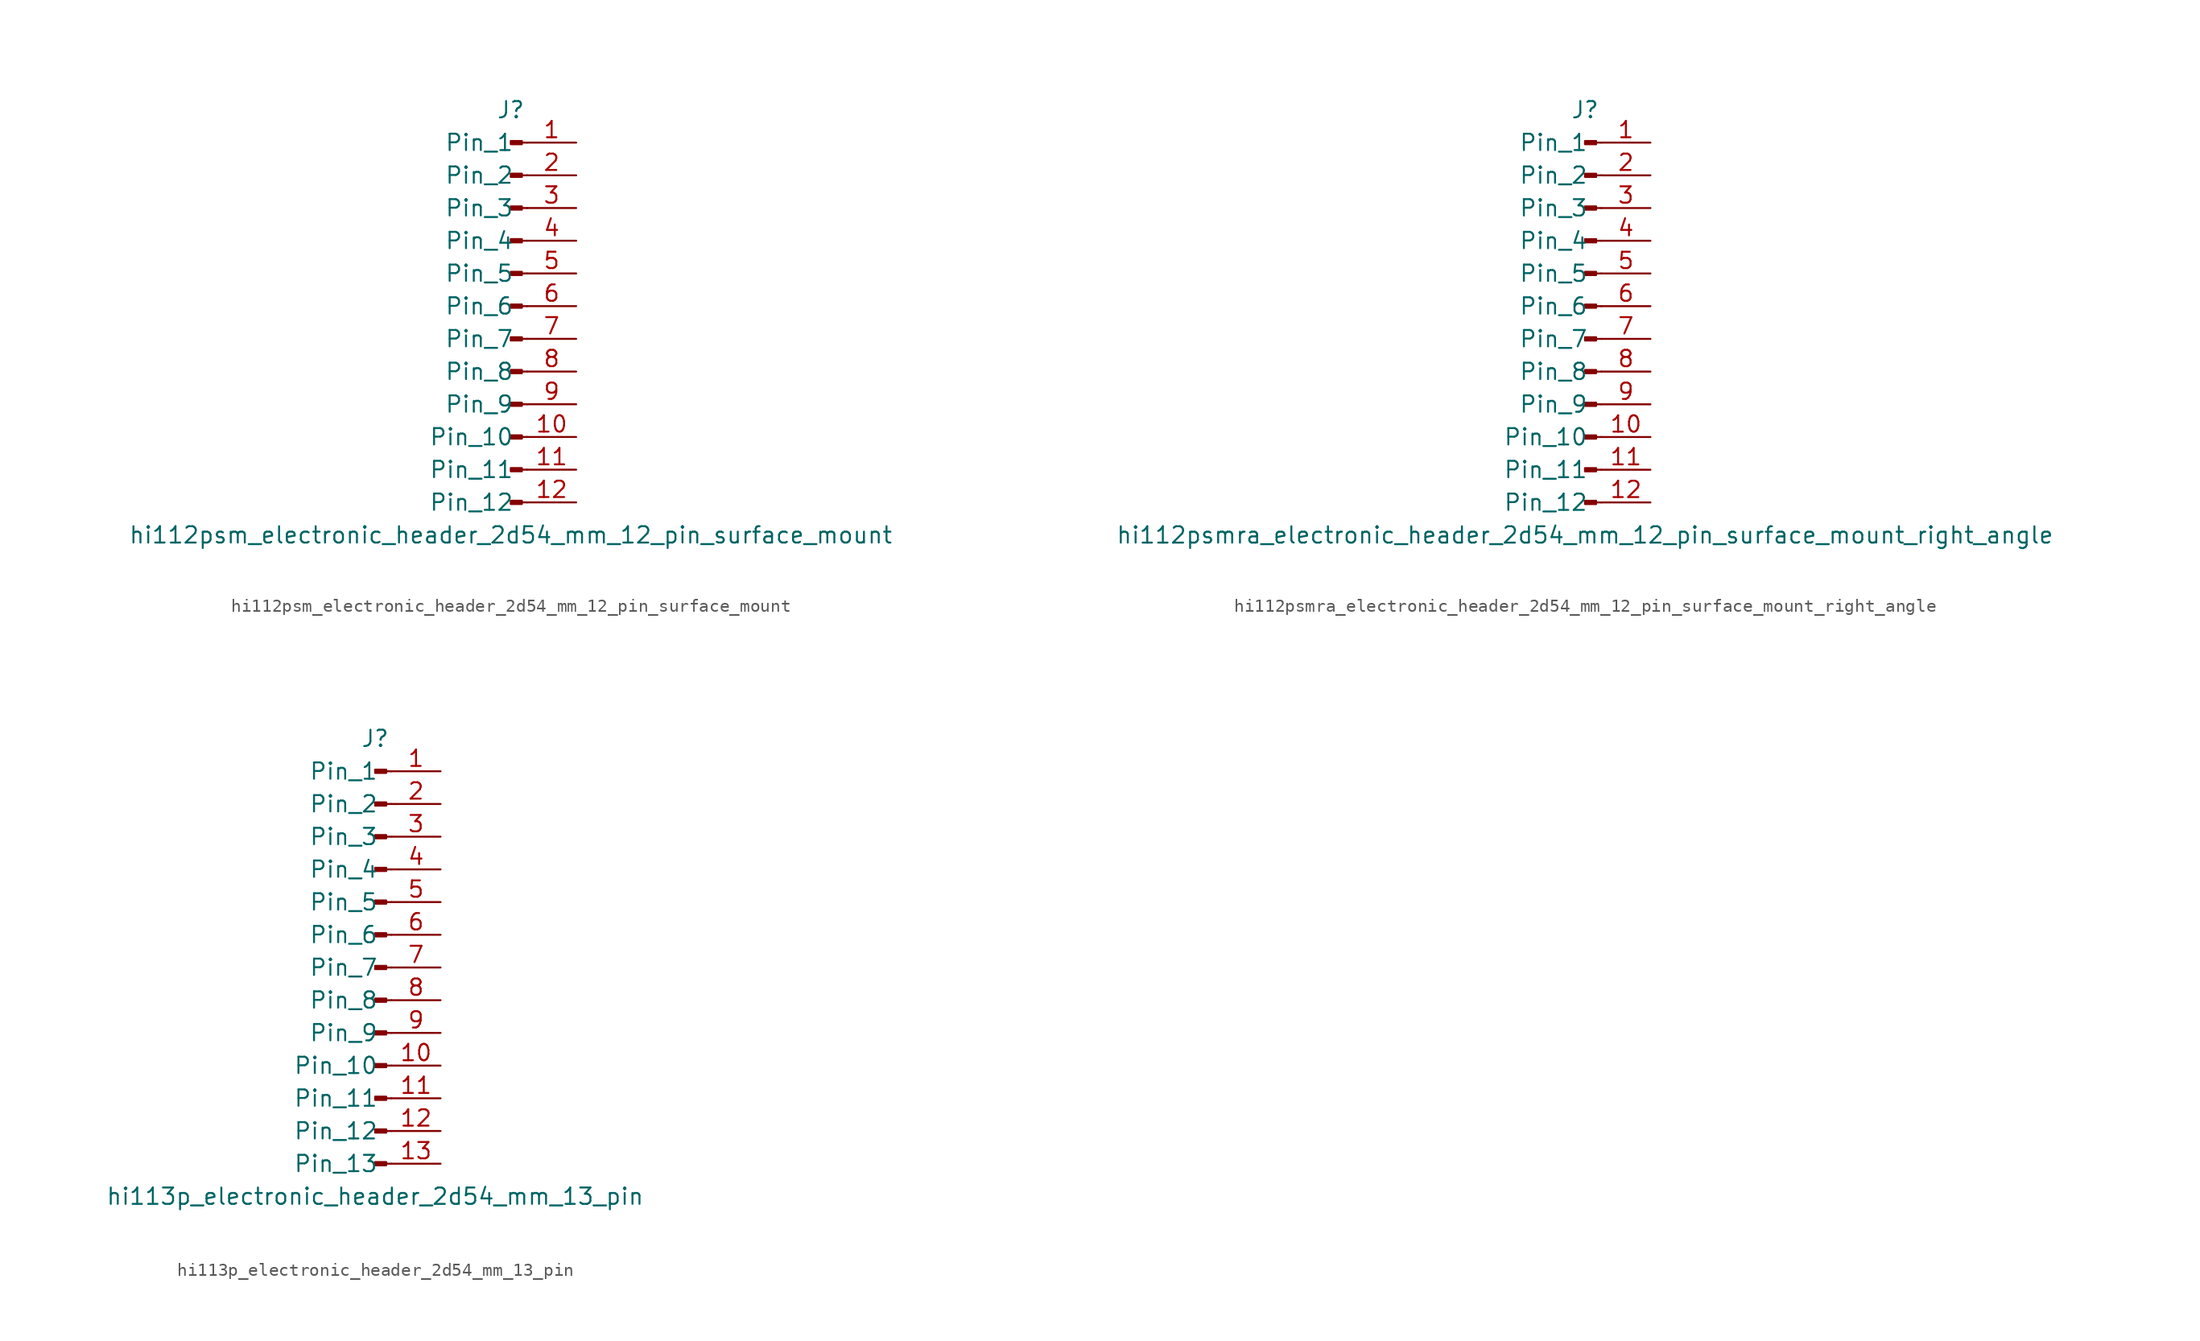
<source format=kicad_sym>
(kicad_symbol_lib
  (version 20220914)
  (generator kicad_symbol_editor)
  (symbol "hi112psm_electronic_header_2d54_mm_12_pin_surface_mount"
    (pin_names
      (offset 1.016))
    (property "Reference" "J"
      (at 0 15.24 0)
      (effects (font (size 1.27 1.27))))
    (property "Value" "hi112psm_electronic_header_2d54_mm_12_pin_surface_mount"
      (at 0 -17.78 0)
      (effects (font (size 1.27 1.27))))
    (property "ki_locked" ""
      (at 0 0 0)
      (effects (font (size 1.27 1.27))))
    (symbol "hi112psm_electronic_header_2d54_mm_12_pin_surface_mount_1_1"
      (polyline (pts (xy 1.27 -15.24) (xy 0.864 -15.24)) (stroke (width 0.152) (type default)) (fill (type none)))
      (polyline (pts (xy 1.27 -12.7) (xy 0.864 -12.7)) (stroke (width 0.152) (type default)) (fill (type none)))
      (polyline (pts (xy 1.27 -10.16) (xy 0.864 -10.16)) (stroke (width 0.152) (type default)) (fill (type none)))
      (polyline (pts (xy 1.27 -7.62) (xy 0.864 -7.62)) (stroke (width 0.152) (type default)) (fill (type none)))
      (polyline (pts (xy 1.27 -5.08) (xy 0.864 -5.08)) (stroke (width 0.152) (type default)) (fill (type none)))
      (polyline (pts (xy 1.27 -2.54) (xy 0.864 -2.54)) (stroke (width 0.152) (type default)) (fill (type none)))
      (polyline (pts (xy 1.27 0) (xy 0.864 0)) (stroke (width 0.152) (type default)) (fill (type none)))
      (polyline (pts (xy 1.27 2.54) (xy 0.864 2.54)) (stroke (width 0.152) (type default)) (fill (type none)))
      (polyline (pts (xy 1.27 5.08) (xy 0.864 5.08)) (stroke (width 0.152) (type default)) (fill (type none)))
      (polyline (pts (xy 1.27 7.62) (xy 0.864 7.62)) (stroke (width 0.152) (type default)) (fill (type none)))
      (polyline (pts (xy 1.27 10.16) (xy 0.864 10.16)) (stroke (width 0.152) (type default)) (fill (type none)))
      (polyline (pts (xy 1.27 12.7) (xy 0.864 12.7)) (stroke (width 0.152) (type default)) (fill (type none)))
      (rectangle (start 0.864 -15.113) (end 0 -15.367) (stroke (width 0.152) (type default)) (fill (type outline)))
      (rectangle (start 0.864 -12.573) (end 0 -12.827) (stroke (width 0.152) (type default)) (fill (type outline)))
      (rectangle (start 0.864 -10.033) (end 0 -10.287) (stroke (width 0.152) (type default)) (fill (type outline)))
      (rectangle (start 0.864 -7.493) (end 0 -7.747) (stroke (width 0.152) (type default)) (fill (type outline)))
      (rectangle (start 0.864 -4.953) (end 0 -5.207) (stroke (width 0.152) (type default)) (fill (type outline)))
      (rectangle (start 0.864 -2.413) (end 0 -2.667) (stroke (width 0.152) (type default)) (fill (type outline)))
      (rectangle (start 0.864 0.127) (end 0 -0.127) (stroke (width 0.152) (type default)) (fill (type outline)))
      (rectangle (start 0.864 2.667) (end 0 2.413) (stroke (width 0.152) (type default)) (fill (type outline)))
      (rectangle (start 0.864 5.207) (end 0 4.953) (stroke (width 0.152) (type default)) (fill (type outline)))
      (rectangle (start 0.864 7.747) (end 0 7.493) (stroke (width 0.152) (type default)) (fill (type outline)))
      (rectangle (start 0.864 10.287) (end 0 10.033) (stroke (width 0.152) (type default)) (fill (type outline)))
      (rectangle (start 0.864 12.827) (end 0 12.573) (stroke (width 0.152) (type default)) (fill (type outline)))
      (pin passive line (at 5.08 12.7 180) (length 3.81) (name "Pin_1" (effects (font (size 1.27 1.27)))) (number "1" (effects (font (size 1.27 1.27)))))
      (pin passive line (at 5.08 -10.16 180) (length 3.81) (name "Pin_10" (effects (font (size 1.27 1.27)))) (number "10" (effects (font (size 1.27 1.27)))))
      (pin passive line (at 5.08 -12.7 180) (length 3.81) (name "Pin_11" (effects (font (size 1.27 1.27)))) (number "11" (effects (font (size 1.27 1.27)))))
      (pin passive line (at 5.08 -15.24 180) (length 3.81) (name "Pin_12" (effects (font (size 1.27 1.27)))) (number "12" (effects (font (size 1.27 1.27)))))
      (pin passive line (at 5.08 10.16 180) (length 3.81) (name "Pin_2" (effects (font (size 1.27 1.27)))) (number "2" (effects (font (size 1.27 1.27)))))
      (pin passive line (at 5.08 7.62 180) (length 3.81) (name "Pin_3" (effects (font (size 1.27 1.27)))) (number "3" (effects (font (size 1.27 1.27)))))
      (pin passive line (at 5.08 5.08 180) (length 3.81) (name "Pin_4" (effects (font (size 1.27 1.27)))) (number "4" (effects (font (size 1.27 1.27)))))
      (pin passive line (at 5.08 2.54 180) (length 3.81) (name "Pin_5" (effects (font (size 1.27 1.27)))) (number "5" (effects (font (size 1.27 1.27)))))
      (pin passive line (at 5.08 0 180) (length 3.81) (name "Pin_6" (effects (font (size 1.27 1.27)))) (number "6" (effects (font (size 1.27 1.27)))))
      (pin passive line (at 5.08 -2.54 180) (length 3.81) (name "Pin_7" (effects (font (size 1.27 1.27)))) (number "7" (effects (font (size 1.27 1.27)))))
      (pin passive line (at 5.08 -5.08 180) (length 3.81) (name "Pin_8" (effects (font (size 1.27 1.27)))) (number "8" (effects (font (size 1.27 1.27)))))
      (pin passive line (at 5.08 -7.62 180) (length 3.81) (name "Pin_9" (effects (font (size 1.27 1.27)))) (number "9" (effects (font (size 1.27 1.27)))))))
  (symbol "hi112psmra_electronic_header_2d54_mm_12_pin_surface_mount_right_angle"
    (pin_names
      (offset 1.016))
    (property "Reference" "J"
      (at 0 15.24 0)
      (effects (font (size 1.27 1.27))))
    (property "Value" "hi112psmra_electronic_header_2d54_mm_12_pin_surface_mount_right_angle"
      (at 0 -17.78 0)
      (effects (font (size 1.27 1.27))))
    (property "ki_locked" ""
      (at 0 0 0)
      (effects (font (size 1.27 1.27))))
    (symbol "hi112psmra_electronic_header_2d54_mm_12_pin_surface_mount_right_angle_1_1"
      (polyline (pts (xy 1.27 -15.24) (xy 0.864 -15.24)) (stroke (width 0.152) (type default)) (fill (type none)))
      (polyline (pts (xy 1.27 -12.7) (xy 0.864 -12.7)) (stroke (width 0.152) (type default)) (fill (type none)))
      (polyline (pts (xy 1.27 -10.16) (xy 0.864 -10.16)) (stroke (width 0.152) (type default)) (fill (type none)))
      (polyline (pts (xy 1.27 -7.62) (xy 0.864 -7.62)) (stroke (width 0.152) (type default)) (fill (type none)))
      (polyline (pts (xy 1.27 -5.08) (xy 0.864 -5.08)) (stroke (width 0.152) (type default)) (fill (type none)))
      (polyline (pts (xy 1.27 -2.54) (xy 0.864 -2.54)) (stroke (width 0.152) (type default)) (fill (type none)))
      (polyline (pts (xy 1.27 0) (xy 0.864 0)) (stroke (width 0.152) (type default)) (fill (type none)))
      (polyline (pts (xy 1.27 2.54) (xy 0.864 2.54)) (stroke (width 0.152) (type default)) (fill (type none)))
      (polyline (pts (xy 1.27 5.08) (xy 0.864 5.08)) (stroke (width 0.152) (type default)) (fill (type none)))
      (polyline (pts (xy 1.27 7.62) (xy 0.864 7.62)) (stroke (width 0.152) (type default)) (fill (type none)))
      (polyline (pts (xy 1.27 10.16) (xy 0.864 10.16)) (stroke (width 0.152) (type default)) (fill (type none)))
      (polyline (pts (xy 1.27 12.7) (xy 0.864 12.7)) (stroke (width 0.152) (type default)) (fill (type none)))
      (rectangle (start 0.864 -15.113) (end 0 -15.367) (stroke (width 0.152) (type default)) (fill (type outline)))
      (rectangle (start 0.864 -12.573) (end 0 -12.827) (stroke (width 0.152) (type default)) (fill (type outline)))
      (rectangle (start 0.864 -10.033) (end 0 -10.287) (stroke (width 0.152) (type default)) (fill (type outline)))
      (rectangle (start 0.864 -7.493) (end 0 -7.747) (stroke (width 0.152) (type default)) (fill (type outline)))
      (rectangle (start 0.864 -4.953) (end 0 -5.207) (stroke (width 0.152) (type default)) (fill (type outline)))
      (rectangle (start 0.864 -2.413) (end 0 -2.667) (stroke (width 0.152) (type default)) (fill (type outline)))
      (rectangle (start 0.864 0.127) (end 0 -0.127) (stroke (width 0.152) (type default)) (fill (type outline)))
      (rectangle (start 0.864 2.667) (end 0 2.413) (stroke (width 0.152) (type default)) (fill (type outline)))
      (rectangle (start 0.864 5.207) (end 0 4.953) (stroke (width 0.152) (type default)) (fill (type outline)))
      (rectangle (start 0.864 7.747) (end 0 7.493) (stroke (width 0.152) (type default)) (fill (type outline)))
      (rectangle (start 0.864 10.287) (end 0 10.033) (stroke (width 0.152) (type default)) (fill (type outline)))
      (rectangle (start 0.864 12.827) (end 0 12.573) (stroke (width 0.152) (type default)) (fill (type outline)))
      (pin passive line (at 5.08 12.7 180) (length 3.81) (name "Pin_1" (effects (font (size 1.27 1.27)))) (number "1" (effects (font (size 1.27 1.27)))))
      (pin passive line (at 5.08 -10.16 180) (length 3.81) (name "Pin_10" (effects (font (size 1.27 1.27)))) (number "10" (effects (font (size 1.27 1.27)))))
      (pin passive line (at 5.08 -12.7 180) (length 3.81) (name "Pin_11" (effects (font (size 1.27 1.27)))) (number "11" (effects (font (size 1.27 1.27)))))
      (pin passive line (at 5.08 -15.24 180) (length 3.81) (name "Pin_12" (effects (font (size 1.27 1.27)))) (number "12" (effects (font (size 1.27 1.27)))))
      (pin passive line (at 5.08 10.16 180) (length 3.81) (name "Pin_2" (effects (font (size 1.27 1.27)))) (number "2" (effects (font (size 1.27 1.27)))))
      (pin passive line (at 5.08 7.62 180) (length 3.81) (name "Pin_3" (effects (font (size 1.27 1.27)))) (number "3" (effects (font (size 1.27 1.27)))))
      (pin passive line (at 5.08 5.08 180) (length 3.81) (name "Pin_4" (effects (font (size 1.27 1.27)))) (number "4" (effects (font (size 1.27 1.27)))))
      (pin passive line (at 5.08 2.54 180) (length 3.81) (name "Pin_5" (effects (font (size 1.27 1.27)))) (number "5" (effects (font (size 1.27 1.27)))))
      (pin passive line (at 5.08 0 180) (length 3.81) (name "Pin_6" (effects (font (size 1.27 1.27)))) (number "6" (effects (font (size 1.27 1.27)))))
      (pin passive line (at 5.08 -2.54 180) (length 3.81) (name "Pin_7" (effects (font (size 1.27 1.27)))) (number "7" (effects (font (size 1.27 1.27)))))
      (pin passive line (at 5.08 -5.08 180) (length 3.81) (name "Pin_8" (effects (font (size 1.27 1.27)))) (number "8" (effects (font (size 1.27 1.27)))))
      (pin passive line (at 5.08 -7.62 180) (length 3.81) (name "Pin_9" (effects (font (size 1.27 1.27)))) (number "9" (effects (font (size 1.27 1.27)))))))
  (symbol "hi113p_electronic_header_2d54_mm_13_pin"
    (pin_names
      (offset 1.016))
    (property "Reference" "J"
      (at 0 17.78 0)
      (effects (font (size 1.27 1.27))))
    (property "Value" "hi113p_electronic_header_2d54_mm_13_pin"
      (at 0 -17.78 0)
      (effects (font (size 1.27 1.27))))
    (property "ki_locked" ""
      (at 0 0 0)
      (effects (font (size 1.27 1.27))))
    (symbol "hi113p_electronic_header_2d54_mm_13_pin_1_1"
      (polyline (pts (xy 1.27 -15.24) (xy 0.864 -15.24)) (stroke (width 0.152) (type default)) (fill (type none)))
      (polyline (pts (xy 1.27 -12.7) (xy 0.864 -12.7)) (stroke (width 0.152) (type default)) (fill (type none)))
      (polyline (pts (xy 1.27 -10.16) (xy 0.864 -10.16)) (stroke (width 0.152) (type default)) (fill (type none)))
      (polyline (pts (xy 1.27 -7.62) (xy 0.864 -7.62)) (stroke (width 0.152) (type default)) (fill (type none)))
      (polyline (pts (xy 1.27 -5.08) (xy 0.864 -5.08)) (stroke (width 0.152) (type default)) (fill (type none)))
      (polyline (pts (xy 1.27 -2.54) (xy 0.864 -2.54)) (stroke (width 0.152) (type default)) (fill (type none)))
      (polyline (pts (xy 1.27 0) (xy 0.864 0)) (stroke (width 0.152) (type default)) (fill (type none)))
      (polyline (pts (xy 1.27 2.54) (xy 0.864 2.54)) (stroke (width 0.152) (type default)) (fill (type none)))
      (polyline (pts (xy 1.27 5.08) (xy 0.864 5.08)) (stroke (width 0.152) (type default)) (fill (type none)))
      (polyline (pts (xy 1.27 7.62) (xy 0.864 7.62)) (stroke (width 0.152) (type default)) (fill (type none)))
      (polyline (pts (xy 1.27 10.16) (xy 0.864 10.16)) (stroke (width 0.152) (type default)) (fill (type none)))
      (polyline (pts (xy 1.27 12.7) (xy 0.864 12.7)) (stroke (width 0.152) (type default)) (fill (type none)))
      (polyline (pts (xy 1.27 15.24) (xy 0.864 15.24)) (stroke (width 0.152) (type default)) (fill (type none)))
      (rectangle (start 0.864 -15.113) (end 0 -15.367) (stroke (width 0.152) (type default)) (fill (type outline)))
      (rectangle (start 0.864 -12.573) (end 0 -12.827) (stroke (width 0.152) (type default)) (fill (type outline)))
      (rectangle (start 0.864 -10.033) (end 0 -10.287) (stroke (width 0.152) (type default)) (fill (type outline)))
      (rectangle (start 0.864 -7.493) (end 0 -7.747) (stroke (width 0.152) (type default)) (fill (type outline)))
      (rectangle (start 0.864 -4.953) (end 0 -5.207) (stroke (width 0.152) (type default)) (fill (type outline)))
      (rectangle (start 0.864 -2.413) (end 0 -2.667) (stroke (width 0.152) (type default)) (fill (type outline)))
      (rectangle (start 0.864 0.127) (end 0 -0.127) (stroke (width 0.152) (type default)) (fill (type outline)))
      (rectangle (start 0.864 2.667) (end 0 2.413) (stroke (width 0.152) (type default)) (fill (type outline)))
      (rectangle (start 0.864 5.207) (end 0 4.953) (stroke (width 0.152) (type default)) (fill (type outline)))
      (rectangle (start 0.864 7.747) (end 0 7.493) (stroke (width 0.152) (type default)) (fill (type outline)))
      (rectangle (start 0.864 10.287) (end 0 10.033) (stroke (width 0.152) (type default)) (fill (type outline)))
      (rectangle (start 0.864 12.827) (end 0 12.573) (stroke (width 0.152) (type default)) (fill (type outline)))
      (rectangle (start 0.864 15.367) (end 0 15.113) (stroke (width 0.152) (type default)) (fill (type outline)))
      (pin passive line (at 5.08 15.24 180) (length 3.81) (name "Pin_1" (effects (font (size 1.27 1.27)))) (number "1" (effects (font (size 1.27 1.27)))))
      (pin passive line (at 5.08 -7.62 180) (length 3.81) (name "Pin_10" (effects (font (size 1.27 1.27)))) (number "10" (effects (font (size 1.27 1.27)))))
      (pin passive line (at 5.08 -10.16 180) (length 3.81) (name "Pin_11" (effects (font (size 1.27 1.27)))) (number "11" (effects (font (size 1.27 1.27)))))
      (pin passive line (at 5.08 -12.7 180) (length 3.81) (name "Pin_12" (effects (font (size 1.27 1.27)))) (number "12" (effects (font (size 1.27 1.27)))))
      (pin passive line (at 5.08 -15.24 180) (length 3.81) (name "Pin_13" (effects (font (size 1.27 1.27)))) (number "13" (effects (font (size 1.27 1.27)))))
      (pin passive line (at 5.08 12.7 180) (length 3.81) (name "Pin_2" (effects (font (size 1.27 1.27)))) (number "2" (effects (font (size 1.27 1.27)))))
      (pin passive line (at 5.08 10.16 180) (length 3.81) (name "Pin_3" (effects (font (size 1.27 1.27)))) (number "3" (effects (font (size 1.27 1.27)))))
      (pin passive line (at 5.08 7.62 180) (length 3.81) (name "Pin_4" (effects (font (size 1.27 1.27)))) (number "4" (effects (font (size 1.27 1.27)))))
      (pin passive line (at 5.08 5.08 180) (length 3.81) (name "Pin_5" (effects (font (size 1.27 1.27)))) (number "5" (effects (font (size 1.27 1.27)))))
      (pin passive line (at 5.08 2.54 180) (length 3.81) (name "Pin_6" (effects (font (size 1.27 1.27)))) (number "6" (effects (font (size 1.27 1.27)))))
      (pin passive line (at 5.08 0 180) (length 3.81) (name "Pin_7" (effects (font (size 1.27 1.27)))) (number "7" (effects (font (size 1.27 1.27)))))
      (pin passive line (at 5.08 -2.54 180) (length 3.81) (name "Pin_8" (effects (font (size 1.27 1.27)))) (number "8" (effects (font (size 1.27 1.27)))))
      (pin passive line (at 5.08 -5.08 180) (length 3.81) (name "Pin_9" (effects (font (size 1.27 1.27)))) (number "9" (effects (font (size 1.27 1.27))))))))
</source>
